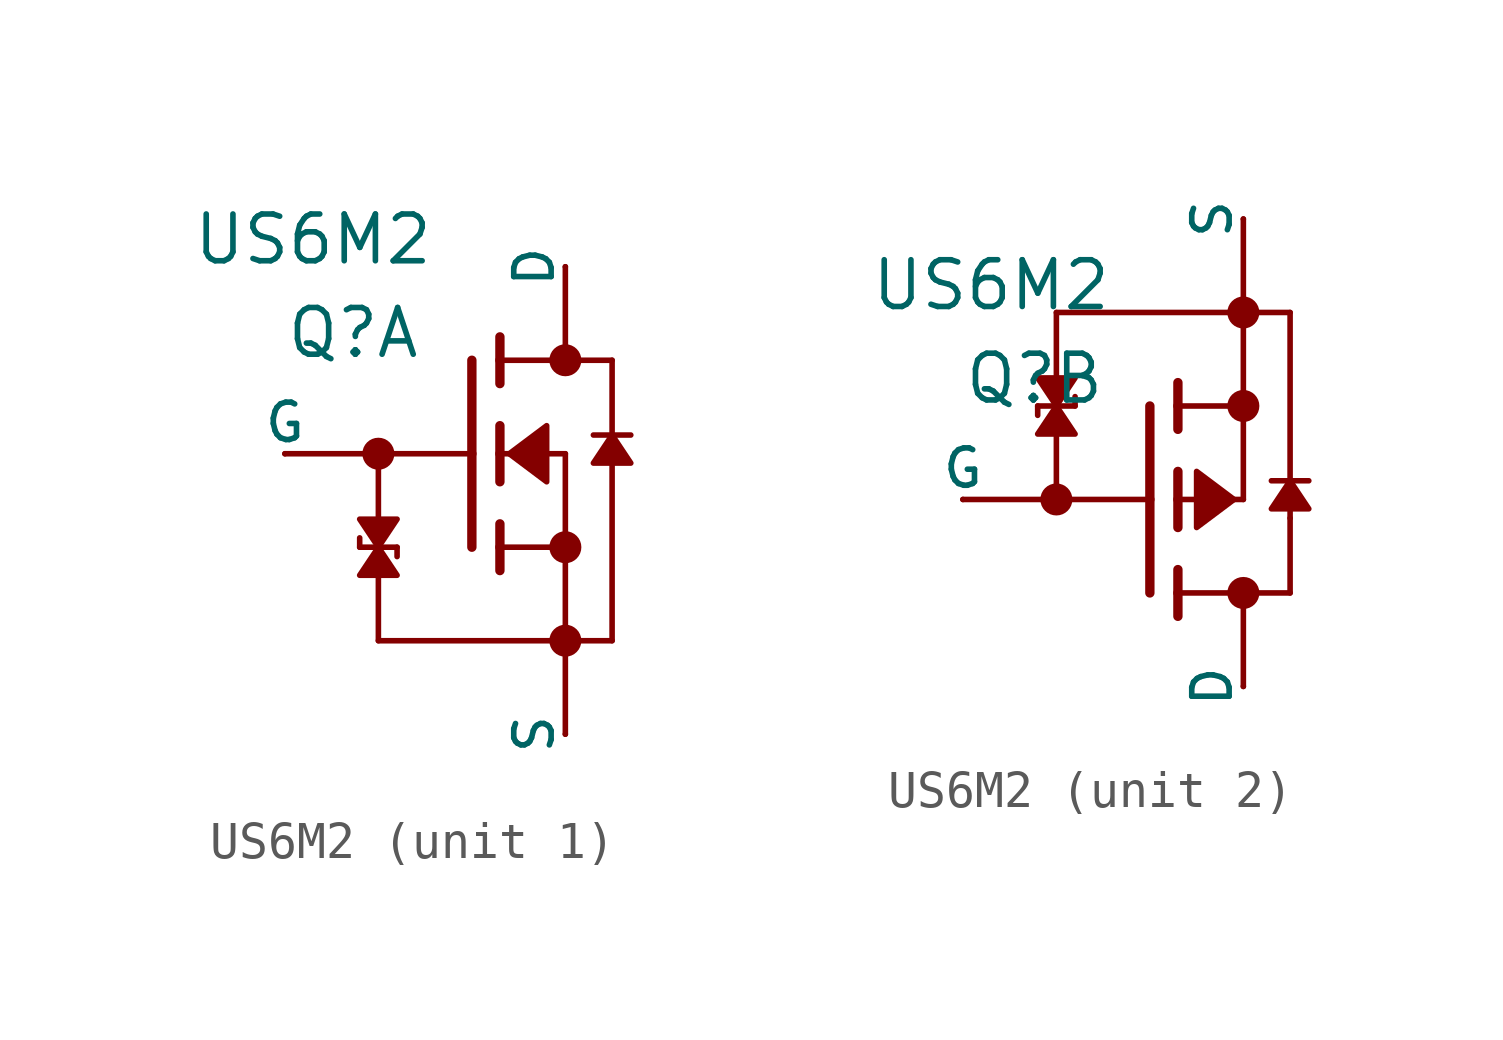
<source format=kicad_sym>
(kicad_symbol_lib
  (version 20231120)
  (generator "kicad_symbol_editor")
  (generator_version "8.0")
  (symbol "US6M2"
    (pin_numbers hide)
    (pin_names
      (offset 0))
    (property "Reference" "Q"
      (at 0 2.54 0)
      (effects (font (size 1.27 1.27)) (justify left bottom)))
    (property "Value" "US6M2"
      (at -2.54 5.08 0)
      (effects (font (size 1.27 1.27)) (justify left bottom)))
    (property "ki_locked" ""
      (at 0 0 0)
      (effects (font (size 1.27 1.27))))
    (symbol "US6M2_1_0"
      (polyline (pts (xy 0 0) (xy 2.54 0)) (stroke (width 0.152) (type default)) (fill (type none)))
      (polyline (pts (xy 2.032 -2.54) (xy 2.032 -2.286)) (stroke (width 0.152) (type default)) (fill (type none)))
      (polyline (pts (xy 2.54 -5.08) (xy 2.54 0)) (stroke (width 0.152) (type default)) (fill (type none)))
      (polyline (pts (xy 2.54 -5.08) (xy 7.62 -5.08)) (stroke (width 0.152) (type default)) (fill (type none)))
      (polyline (pts (xy 3.048 -2.54) (xy 2.032 -2.54)) (stroke (width 0.152) (type default)) (fill (type none)))
      (polyline (pts (xy 3.048 -2.54) (xy 3.048 -2.794)) (stroke (width 0.152) (type default)) (fill (type none)))
      (polyline (pts (xy 5.08 -2.54) (xy 5.08 0)) (stroke (width 0.254) (type default)) (fill (type none)))
      (polyline (pts (xy 5.08 0) (xy 2.54 0)) (stroke (width 0.152) (type default)) (fill (type none)))
      (polyline (pts (xy 5.08 0) (xy 5.08 2.54)) (stroke (width 0.254) (type default)) (fill (type none)))
      (polyline (pts (xy 5.842 -3.175) (xy 5.842 -2.54)) (stroke (width 0.254) (type default)) (fill (type none)))
      (polyline (pts (xy 5.842 -2.54) (xy 5.842 -1.905)) (stroke (width 0.254) (type default)) (fill (type none)))
      (polyline (pts (xy 5.842 -0.762) (xy 5.842 0)) (stroke (width 0.254) (type default)) (fill (type none)))
      (polyline (pts (xy 5.842 0) (xy 5.842 0.762)) (stroke (width 0.254) (type default)) (fill (type none)))
      (polyline (pts (xy 5.842 0) (xy 7.62 0)) (stroke (width 0.152) (type default)) (fill (type none)))
      (polyline (pts (xy 5.842 1.905) (xy 5.842 2.54)) (stroke (width 0.254) (type default)) (fill (type none)))
      (polyline (pts (xy 5.842 2.54) (xy 5.842 3.175)) (stroke (width 0.254) (type default)) (fill (type none)))
      (polyline (pts (xy 7.62 -7.62) (xy 7.62 -2.54)) (stroke (width 0.152) (type default)) (fill (type none)))
      (polyline (pts (xy 7.62 -5.08) (xy 8.89 -5.08)) (stroke (width 0.152) (type default)) (fill (type none)))
      (polyline (pts (xy 7.62 -2.54) (xy 5.842 -2.54)) (stroke (width 0.152) (type default)) (fill (type none)))
      (polyline (pts (xy 7.62 -2.54) (xy 7.62 0)) (stroke (width 0.152) (type default)) (fill (type none)))
      (polyline (pts (xy 7.62 2.54) (xy 5.842 2.54)) (stroke (width 0.152) (type default)) (fill (type none)))
      (polyline (pts (xy 7.62 5.08) (xy 7.62 2.54)) (stroke (width 0.152) (type default)) (fill (type none)))
      (polyline (pts (xy 8.382 0.508) (xy 8.89 0.508)) (stroke (width 0.152) (type default)) (fill (type none)))
      (polyline (pts (xy 8.89 0.508) (xy 8.89 -5.08)) (stroke (width 0.152) (type default)) (fill (type none)))
      (polyline (pts (xy 8.89 0.508) (xy 9.398 0.508)) (stroke (width 0.152) (type default)) (fill (type none)))
      (polyline (pts (xy 8.89 2.54) (xy 7.62 2.54)) (stroke (width 0.152) (type default)) (fill (type none)))
      (polyline (pts (xy 8.89 2.54) (xy 8.89 0.508)) (stroke (width 0.152) (type default)) (fill (type none)))
      (polyline (pts (xy 2.54 -2.54) (xy 2.032 -1.778) (xy 3.048 -1.778) (xy 2.54 -2.54)) (stroke (width 0.152) (type default)) (fill (type outline)))
      (polyline (pts (xy 2.54 -2.54) (xy 3.048 -3.302) (xy 2.032 -3.302) (xy 2.54 -2.54)) (stroke (width 0.152) (type default)) (fill (type outline)))
      (polyline (pts (xy 6.096 0) (xy 7.112 -0.762) (xy 7.112 0.762) (xy 6.096 0)) (stroke (width 0.152) (type default)) (fill (type outline)))
      (polyline (pts (xy 8.89 0.508) (xy 9.398 -0.254) (xy 8.382 -0.254) (xy 8.89 0.508)) (stroke (width 0.152) (type default)) (fill (type outline)))
      (circle (center 2.54 0) (radius 0.359) (stroke (width 0) (type default)) (fill (type outline)))
      (circle (center 7.62 -5.08) (radius 0.359) (stroke (width 0) (type default)) (fill (type outline)))
      (circle (center 7.62 -2.54) (radius 0.359) (stroke (width 0) (type default)) (fill (type outline)))
      (circle (center 7.62 2.54) (radius 0.359) (stroke (width 0) (type default)) (fill (type outline)))
      (pin passive line (at 7.62 -7.62 90) (length 0) (name "S" (effects (font (size 1.016 1.016)))) (number "1" (effects (font (size 1.016 1.016)))))
      (pin passive line (at 0 0 0) (length 0) (name "G" (effects (font (size 1.016 1.016)))) (number "2" (effects (font (size 1.016 1.016)))))
      (pin passive line (at 7.62 5.08 270) (length 0) (name "D" (effects (font (size 1.016 1.016)))) (number "6" (effects (font (size 1.016 1.016))))))
    (symbol "US6M2_2_0"
      (polyline (pts (xy 0 0) (xy 2.54 0)) (stroke (width 0.152) (type default)) (fill (type none)))
      (polyline (pts (xy 2.032 2.54) (xy 2.032 2.286)) (stroke (width 0.152) (type default)) (fill (type none)))
      (polyline (pts (xy 2.54 5.08) (xy 2.54 0)) (stroke (width 0.152) (type default)) (fill (type none)))
      (polyline (pts (xy 2.54 5.08) (xy 7.62 5.08)) (stroke (width 0.152) (type default)) (fill (type none)))
      (polyline (pts (xy 3.048 2.54) (xy 2.032 2.54)) (stroke (width 0.152) (type default)) (fill (type none)))
      (polyline (pts (xy 3.048 2.54) (xy 3.048 2.794)) (stroke (width 0.152) (type default)) (fill (type none)))
      (polyline (pts (xy 5.08 0) (xy 2.54 0)) (stroke (width 0.152) (type default)) (fill (type none)))
      (polyline (pts (xy 5.08 0) (xy 5.08 -2.54)) (stroke (width 0.254) (type default)) (fill (type none)))
      (polyline (pts (xy 5.08 2.54) (xy 5.08 0)) (stroke (width 0.254) (type default)) (fill (type none)))
      (polyline (pts (xy 5.842 -2.54) (xy 5.842 -3.175)) (stroke (width 0.254) (type default)) (fill (type none)))
      (polyline (pts (xy 5.842 -1.905) (xy 5.842 -2.54)) (stroke (width 0.254) (type default)) (fill (type none)))
      (polyline (pts (xy 5.842 0) (xy 5.842 -0.762)) (stroke (width 0.254) (type default)) (fill (type none)))
      (polyline (pts (xy 5.842 0) (xy 7.62 0)) (stroke (width 0.152) (type default)) (fill (type none)))
      (polyline (pts (xy 5.842 0.762) (xy 5.842 0)) (stroke (width 0.254) (type default)) (fill (type none)))
      (polyline (pts (xy 5.842 2.54) (xy 5.842 1.905)) (stroke (width 0.254) (type default)) (fill (type none)))
      (polyline (pts (xy 5.842 3.175) (xy 5.842 2.54)) (stroke (width 0.254) (type default)) (fill (type none)))
      (polyline (pts (xy 7.62 -2.54) (xy 5.842 -2.54)) (stroke (width 0.152) (type default)) (fill (type none)))
      (polyline (pts (xy 7.62 -2.54) (xy 7.62 -5.08)) (stroke (width 0.152) (type default)) (fill (type none)))
      (polyline (pts (xy 7.62 2.54) (xy 5.842 2.54)) (stroke (width 0.152) (type default)) (fill (type none)))
      (polyline (pts (xy 7.62 2.54) (xy 7.62 0)) (stroke (width 0.152) (type default)) (fill (type none)))
      (polyline (pts (xy 7.62 5.08) (xy 8.89 5.08)) (stroke (width 0.152) (type default)) (fill (type none)))
      (polyline (pts (xy 7.62 7.62) (xy 7.62 2.54)) (stroke (width 0.152) (type default)) (fill (type none)))
      (polyline (pts (xy 8.382 0.508) (xy 8.89 0.508)) (stroke (width 0.152) (type default)) (fill (type none)))
      (polyline (pts (xy 8.89 -2.54) (xy 7.62 -2.54)) (stroke (width 0.152) (type default)) (fill (type none)))
      (polyline (pts (xy 8.89 -2.54) (xy 8.89 -0.508)) (stroke (width 0.152) (type default)) (fill (type none)))
      (polyline (pts (xy 8.89 -0.508) (xy 8.89 5.08)) (stroke (width 0.152) (type default)) (fill (type none)))
      (polyline (pts (xy 8.89 0.508) (xy 9.398 0.508)) (stroke (width 0.152) (type default)) (fill (type none)))
      (polyline (pts (xy 2.54 2.54) (xy 2.032 1.778) (xy 3.048 1.778) (xy 2.54 2.54)) (stroke (width 0.152) (type default)) (fill (type outline)))
      (polyline (pts (xy 2.54 2.54) (xy 3.048 3.302) (xy 2.032 3.302) (xy 2.54 2.54)) (stroke (width 0.152) (type default)) (fill (type outline)))
      (polyline (pts (xy 7.366 0) (xy 6.35 -0.762) (xy 6.35 0.762) (xy 7.366 0)) (stroke (width 0.152) (type default)) (fill (type outline)))
      (polyline (pts (xy 8.89 0.508) (xy 8.382 -0.254) (xy 9.398 -0.254) (xy 8.89 0.508)) (stroke (width 0.152) (type default)) (fill (type outline)))
      (circle (center 2.54 0) (radius 0.359) (stroke (width 0) (type default)) (fill (type outline)))
      (circle (center 7.62 -2.54) (radius 0.359) (stroke (width 0) (type default)) (fill (type outline)))
      (circle (center 7.62 2.54) (radius 0.359) (stroke (width 0) (type default)) (fill (type outline)))
      (circle (center 7.62 5.08) (radius 0.359) (stroke (width 0) (type default)) (fill (type outline)))
      (pin passive line (at 7.62 -5.08 90) (length 0) (name "D" (effects (font (size 1.016 1.016)))) (number "3" (effects (font (size 1.016 1.016)))))
      (pin passive line (at 7.62 7.62 270) (length 0) (name "S" (effects (font (size 1.016 1.016)))) (number "4" (effects (font (size 1.016 1.016)))))
      (pin passive line (at 0 0 0) (length 0) (name "G" (effects (font (size 1.016 1.016)))) (number "5" (effects (font (size 1.016 1.016))))))))
</source>
